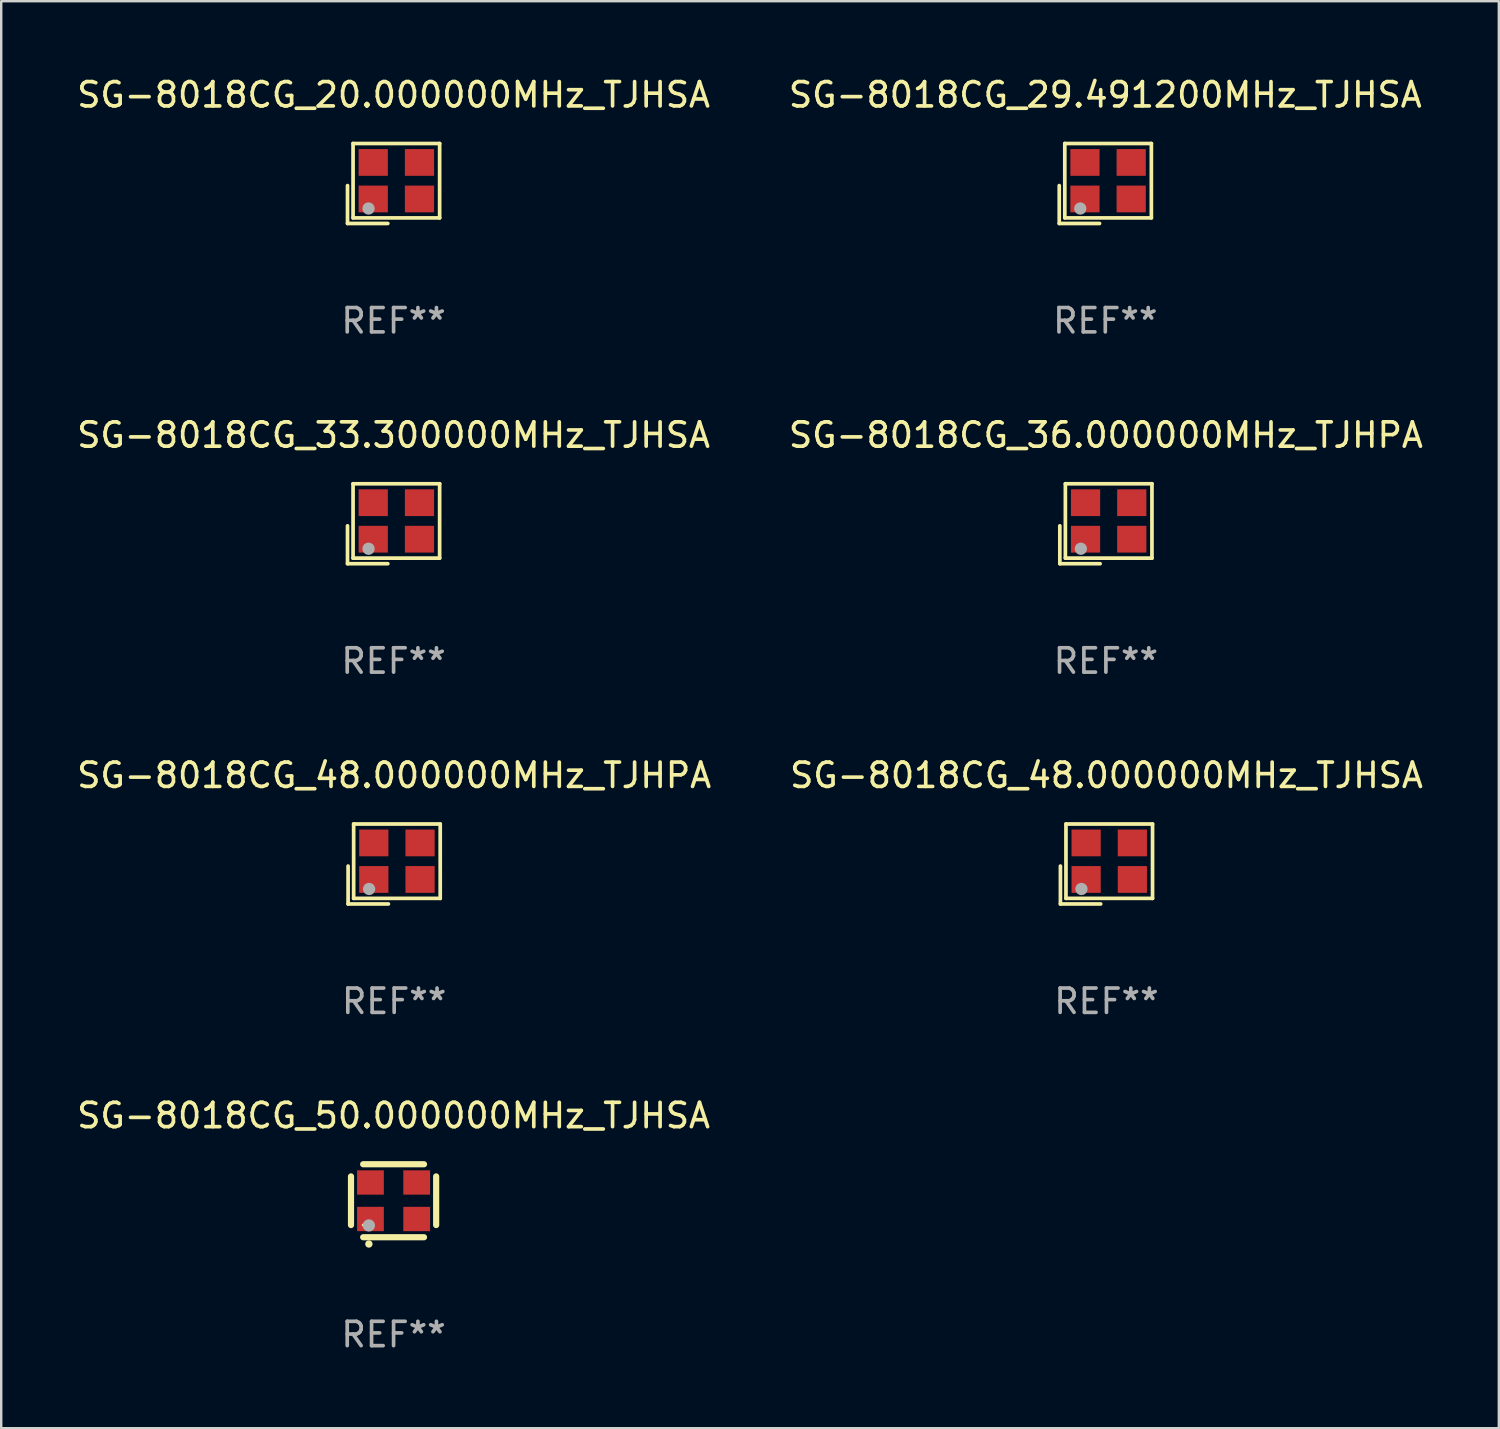
<source format=kicad_pcb>
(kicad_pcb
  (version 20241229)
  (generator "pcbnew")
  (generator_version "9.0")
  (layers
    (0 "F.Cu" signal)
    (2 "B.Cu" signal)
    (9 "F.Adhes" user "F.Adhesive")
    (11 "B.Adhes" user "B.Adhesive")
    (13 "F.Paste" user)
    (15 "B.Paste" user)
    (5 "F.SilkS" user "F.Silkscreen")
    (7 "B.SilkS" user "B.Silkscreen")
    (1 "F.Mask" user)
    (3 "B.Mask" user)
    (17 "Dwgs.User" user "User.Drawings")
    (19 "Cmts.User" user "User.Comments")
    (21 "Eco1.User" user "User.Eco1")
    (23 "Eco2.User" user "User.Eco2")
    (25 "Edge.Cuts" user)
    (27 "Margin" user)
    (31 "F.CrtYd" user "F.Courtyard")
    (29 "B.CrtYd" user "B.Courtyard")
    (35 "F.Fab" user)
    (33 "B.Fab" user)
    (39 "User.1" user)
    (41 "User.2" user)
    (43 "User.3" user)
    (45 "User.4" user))
  (footprint "SG-8018CG_36.000000MHz_TJHPA"
    (layer "F.Cu")
    (at 42.399 18.474)
    (property "Reference" "SG-8018CG_36.000000MHz_TJHPA" (at 0 -3.643 0) (layer "F.SilkS") (effects (font (size 1 1) (thickness 0.15))))
    (attr through_hole)
    (fp_line (start -1.893 0.086) (end -1.893 1.643) (stroke (width 0.152) (type solid)) (layer "F.SilkS"))
    (fp_line (start -1.893 1.643) (end -0.237 1.643) (stroke (width 0.152) (type solid)) (layer "F.SilkS"))
    (fp_line (start -1.665 -1.643) (end 1.893 -1.643) (stroke (width 0.152) (type solid)) (layer "F.SilkS"))
    (fp_line (start -1.665 1.414) (end -1.665 -1.643) (stroke (width 0.152) (type solid)) (layer "F.SilkS"))
    (fp_line (start 1.893 -1.643) (end 1.893 1.414) (stroke (width 0.152) (type solid)) (layer "F.SilkS"))
    (fp_line (start 1.893 1.414) (end -1.665 1.414) (stroke (width 0.152) (type solid)) (layer "F.SilkS"))
    (fp_circle (center -1.136 0.885) (end -1.106 0.885) (stroke (width 0.06) (type solid)) (fill no) (layer "F.SilkS"))
    (fp_circle (center -1.029 1.028) (end -0.902 1.028) (stroke (width 0.254) (type solid)) (fill no) (layer "F.Fab"))
    (fp_text user "REF**" (at 0 5.643 0) (layer "F.Fab") (effects (font (size 1 1) (thickness 0.15))))
    (pad "1" smd rect (at -0.836 0.636) (size 1.2 1.1) (layers "F.Cu" "F.Mask" "F.Paste"))
    (pad "2" smd rect (at 1.064 0.636) (size 1.2 1.1) (layers "F.Cu" "F.Mask" "F.Paste"))
    (pad "3" smd rect (at 1.064 -0.865) (size 1.2 1.1) (layers "F.Cu" "F.Mask" "F.Paste"))
    (pad "4" smd rect (at -0.836 -0.865) (size 1.2 1.1) (layers "F.Cu" "F.Mask" "F.Paste")))
  (footprint "SG-8018CG_29.491200MHz_TJHSA"
    (layer "F.Cu")
    (at 42.375 4.491)
    (property "Reference" "SG-8018CG_29.491200MHz_TJHSA" (at 0 -3.643 0) (layer "F.SilkS") (effects (font (size 1 1) (thickness 0.15))))
    (attr through_hole)
    (fp_line (start -1.893 0.086) (end -1.893 1.643) (stroke (width 0.152) (type solid)) (layer "F.SilkS"))
    (fp_line (start -1.893 1.643) (end -0.237 1.643) (stroke (width 0.152) (type solid)) (layer "F.SilkS"))
    (fp_line (start -1.665 -1.643) (end 1.893 -1.643) (stroke (width 0.152) (type solid)) (layer "F.SilkS"))
    (fp_line (start -1.665 1.414) (end -1.665 -1.643) (stroke (width 0.152) (type solid)) (layer "F.SilkS"))
    (fp_line (start 1.893 -1.643) (end 1.893 1.414) (stroke (width 0.152) (type solid)) (layer "F.SilkS"))
    (fp_line (start 1.893 1.414) (end -1.665 1.414) (stroke (width 0.152) (type solid)) (layer "F.SilkS"))
    (fp_circle (center -1.136 0.885) (end -1.106 0.885) (stroke (width 0.06) (type solid)) (fill no) (layer "F.SilkS"))
    (fp_circle (center -1.029 1.028) (end -0.902 1.028) (stroke (width 0.254) (type solid)) (fill no) (layer "F.Fab"))
    (fp_text user "REF**" (at 0 5.643 0) (layer "F.Fab") (effects (font (size 1 1) (thickness 0.15))))
    (pad "1" smd rect (at -0.836 0.636) (size 1.2 1.1) (layers "F.Cu" "F.Mask" "F.Paste"))
    (pad "2" smd rect (at 1.064 0.636) (size 1.2 1.1) (layers "F.Cu" "F.Mask" "F.Paste"))
    (pad "3" smd rect (at 1.064 -0.865) (size 1.2 1.1) (layers "F.Cu" "F.Mask" "F.Paste"))
    (pad "4" smd rect (at -0.836 -0.865) (size 1.2 1.1) (layers "F.Cu" "F.Mask" "F.Paste")))
  (footprint "SG-8018CG_33.300000MHz_TJHSA"
    (layer "F.Cu")
    (at 13.125 18.474)
    (property "Reference" "SG-8018CG_33.300000MHz_TJHSA" (at 0 -3.643 0) (layer "F.SilkS") (effects (font (size 1 1) (thickness 0.15))))
    (attr through_hole)
    (fp_line (start -1.893 0.086) (end -1.893 1.643) (stroke (width 0.152) (type solid)) (layer "F.SilkS"))
    (fp_line (start -1.893 1.643) (end -0.237 1.643) (stroke (width 0.152) (type solid)) (layer "F.SilkS"))
    (fp_line (start -1.665 -1.643) (end 1.893 -1.643) (stroke (width 0.152) (type solid)) (layer "F.SilkS"))
    (fp_line (start -1.665 1.414) (end -1.665 -1.643) (stroke (width 0.152) (type solid)) (layer "F.SilkS"))
    (fp_line (start 1.893 -1.643) (end 1.893 1.414) (stroke (width 0.152) (type solid)) (layer "F.SilkS"))
    (fp_line (start 1.893 1.414) (end -1.665 1.414) (stroke (width 0.152) (type solid)) (layer "F.SilkS"))
    (fp_circle (center -1.136 0.885) (end -1.106 0.885) (stroke (width 0.06) (type solid)) (fill no) (layer "F.SilkS"))
    (fp_circle (center -1.029 1.028) (end -0.902 1.028) (stroke (width 0.254) (type solid)) (fill no) (layer "F.Fab"))
    (fp_text user "REF**" (at 0 5.643 0) (layer "F.Fab") (effects (font (size 1 1) (thickness 0.15))))
    (pad "1" smd rect (at -0.836 0.636) (size 1.2 1.1) (layers "F.Cu" "F.Mask" "F.Paste"))
    (pad "2" smd rect (at 1.064 0.636) (size 1.2 1.1) (layers "F.Cu" "F.Mask" "F.Paste"))
    (pad "3" smd rect (at 1.064 -0.865) (size 1.2 1.1) (layers "F.Cu" "F.Mask" "F.Paste"))
    (pad "4" smd rect (at -0.836 -0.865) (size 1.2 1.1) (layers "F.Cu" "F.Mask" "F.Paste")))
  (footprint "SG-8018CG_48.000000MHz_TJHSA"
    (layer "F.Cu")
    (at 42.423 32.457)
    (property "Reference" "SG-8018CG_48.000000MHz_TJHSA" (at 0 -3.643 0) (layer "F.SilkS") (effects (font (size 1 1) (thickness 0.15))))
    (attr through_hole)
    (fp_line (start -1.893 0.086) (end -1.893 1.643) (stroke (width 0.152) (type solid)) (layer "F.SilkS"))
    (fp_line (start -1.893 1.643) (end -0.237 1.643) (stroke (width 0.152) (type solid)) (layer "F.SilkS"))
    (fp_line (start -1.665 -1.643) (end 1.893 -1.643) (stroke (width 0.152) (type solid)) (layer "F.SilkS"))
    (fp_line (start -1.665 1.414) (end -1.665 -1.643) (stroke (width 0.152) (type solid)) (layer "F.SilkS"))
    (fp_line (start 1.893 -1.643) (end 1.893 1.414) (stroke (width 0.152) (type solid)) (layer "F.SilkS"))
    (fp_line (start 1.893 1.414) (end -1.665 1.414) (stroke (width 0.152) (type solid)) (layer "F.SilkS"))
    (fp_circle (center -1.136 0.885) (end -1.106 0.885) (stroke (width 0.06) (type solid)) (fill no) (layer "F.SilkS"))
    (fp_circle (center -1.029 1.028) (end -0.902 1.028) (stroke (width 0.254) (type solid)) (fill no) (layer "F.Fab"))
    (fp_text user "REF**" (at 0 5.643 0) (layer "F.Fab") (effects (font (size 1 1) (thickness 0.15))))
    (pad "1" smd rect (at -0.836 0.636) (size 1.2 1.1) (layers "F.Cu" "F.Mask" "F.Paste"))
    (pad "2" smd rect (at 1.064 0.636) (size 1.2 1.1) (layers "F.Cu" "F.Mask" "F.Paste"))
    (pad "3" smd rect (at 1.064 -0.865) (size 1.2 1.1) (layers "F.Cu" "F.Mask" "F.Paste"))
    (pad "4" smd rect (at -0.836 -0.865) (size 1.2 1.1) (layers "F.Cu" "F.Mask" "F.Paste")))
  (footprint "SG-8018CG_48.000000MHz_TJHPA"
    (layer "F.Cu")
    (at 13.149 32.457)
    (property "Reference" "SG-8018CG_48.000000MHz_TJHPA" (at 0 -3.643 0) (layer "F.SilkS") (effects (font (size 1 1) (thickness 0.15))))
    (attr through_hole)
    (fp_line (start -1.893 0.086) (end -1.893 1.643) (stroke (width 0.152) (type solid)) (layer "F.SilkS"))
    (fp_line (start -1.893 1.643) (end -0.237 1.643) (stroke (width 0.152) (type solid)) (layer "F.SilkS"))
    (fp_line (start -1.665 -1.643) (end 1.893 -1.643) (stroke (width 0.152) (type solid)) (layer "F.SilkS"))
    (fp_line (start -1.665 1.414) (end -1.665 -1.643) (stroke (width 0.152) (type solid)) (layer "F.SilkS"))
    (fp_line (start 1.893 -1.643) (end 1.893 1.414) (stroke (width 0.152) (type solid)) (layer "F.SilkS"))
    (fp_line (start 1.893 1.414) (end -1.665 1.414) (stroke (width 0.152) (type solid)) (layer "F.SilkS"))
    (fp_circle (center -1.136 0.885) (end -1.106 0.885) (stroke (width 0.06) (type solid)) (fill no) (layer "F.SilkS"))
    (fp_circle (center -1.029 1.028) (end -0.902 1.028) (stroke (width 0.254) (type solid)) (fill no) (layer "F.Fab"))
    (fp_text user "REF**" (at 0 5.643 0) (layer "F.Fab") (effects (font (size 1 1) (thickness 0.15))))
    (pad "1" smd rect (at -0.836 0.636) (size 1.2 1.1) (layers "F.Cu" "F.Mask" "F.Paste"))
    (pad "2" smd rect (at 1.064 0.636) (size 1.2 1.1) (layers "F.Cu" "F.Mask" "F.Paste"))
    (pad "3" smd rect (at 1.064 -0.865) (size 1.2 1.1) (layers "F.Cu" "F.Mask" "F.Paste"))
    (pad "4" smd rect (at -0.836 -0.865) (size 1.2 1.1) (layers "F.Cu" "F.Mask" "F.Paste")))
  (footprint "SG-8018CG_20.000000MHz_TJHSA"
    (layer "F.Cu")
    (at 13.125 4.491)
    (property "Reference" "SG-8018CG_20.000000MHz_TJHSA" (at 0 -3.643 0) (layer "F.SilkS") (effects (font (size 1 1) (thickness 0.15))))
    (attr through_hole)
    (fp_line (start -1.893 0.086) (end -1.893 1.643) (stroke (width 0.152) (type solid)) (layer "F.SilkS"))
    (fp_line (start -1.893 1.643) (end -0.237 1.643) (stroke (width 0.152) (type solid)) (layer "F.SilkS"))
    (fp_line (start -1.665 -1.643) (end 1.893 -1.643) (stroke (width 0.152) (type solid)) (layer "F.SilkS"))
    (fp_line (start -1.665 1.414) (end -1.665 -1.643) (stroke (width 0.152) (type solid)) (layer "F.SilkS"))
    (fp_line (start 1.893 -1.643) (end 1.893 1.414) (stroke (width 0.152) (type solid)) (layer "F.SilkS"))
    (fp_line (start 1.893 1.414) (end -1.665 1.414) (stroke (width 0.152) (type solid)) (layer "F.SilkS"))
    (fp_circle (center -1.136 0.885) (end -1.106 0.885) (stroke (width 0.06) (type solid)) (fill no) (layer "F.SilkS"))
    (fp_circle (center -1.029 1.028) (end -0.902 1.028) (stroke (width 0.254) (type solid)) (fill no) (layer "F.Fab"))
    (fp_text user "REF**" (at 0 5.643 0) (layer "F.Fab") (effects (font (size 1 1) (thickness 0.15))))
    (pad "1" smd rect (at -0.836 0.636) (size 1.2 1.1) (layers "F.Cu" "F.Mask" "F.Paste"))
    (pad "2" smd rect (at 1.064 0.636) (size 1.2 1.1) (layers "F.Cu" "F.Mask" "F.Paste"))
    (pad "3" smd rect (at 1.064 -0.865) (size 1.2 1.1) (layers "F.Cu" "F.Mask" "F.Paste"))
    (pad "4" smd rect (at -0.836 -0.865) (size 1.2 1.1) (layers "F.Cu" "F.Mask" "F.Paste")))
  (footprint "SG-8018CG_50.000000MHz_TJHSA"
    (layer "F.Cu")
    (at 13.125 46.297)
    (property "Reference" "SG-8018CG_50.000000MHz_TJHSA" (at 0 -3.5 0) (layer "F.SilkS") (effects (font (size 1 1) (thickness 0.15))))
    (attr through_hole)
    (fp_line (start -1.75 -1) (end -1.75 1) (stroke (width 0.254) (type solid)) (layer "F.SilkS"))
    (fp_line (start -1.25 -1.5) (end 1.25 -1.5) (stroke (width 0.254) (type solid)) (layer "F.SilkS"))
    (fp_line (start -1.25 1.5) (end 1.25 1.5) (stroke (width 0.254) (type solid)) (layer "F.SilkS"))
    (fp_line (start 1.75 -1) (end 1.75 1) (stroke (width 0.254) (type solid)) (layer "F.SilkS"))
    (fp_arc (start -1.016002 1.778004) (mid -1.014732 1.777999) (end -1.013462 1.778004) (stroke (width 0.3) (type solid)) (layer "F.SilkS"))
    (fp_circle (center -1.25 1) (end -1.22 1) (stroke (width 0.06) (type solid)) (fill no) (layer "F.SilkS"))
    (fp_circle (center -1.016 1.016) (end -0.889 1.016) (stroke (width 0.254) (type solid)) (fill no) (layer "F.Fab"))
    (fp_text user "REF**" (at 0 5.5 0) (layer "F.Fab") (effects (font (size 1 1) (thickness 0.15))))
    (pad "1" smd rect (at -0.95 0.75) (size 1.1 1) (layers "F.Cu" "F.Mask" "F.Paste"))
    (pad "2" smd rect (at 0.95 0.75) (size 1.1 1) (layers "F.Cu" "F.Mask" "F.Paste"))
    (pad "3" smd rect (at 0.95 -0.75) (size 1.1 1) (layers "F.Cu" "F.Mask" "F.Paste"))
    (pad "4" smd rect (at -0.95 -0.75) (size 1.1 1) (layers "F.Cu" "F.Mask" "F.Paste")))
  (gr_rect
    (start -3 -3)
    (end 58.548 55.645)
    (stroke (width 0.1) (type default))
    (fill no)
    (layer "Edge.Cuts")))
</source>
